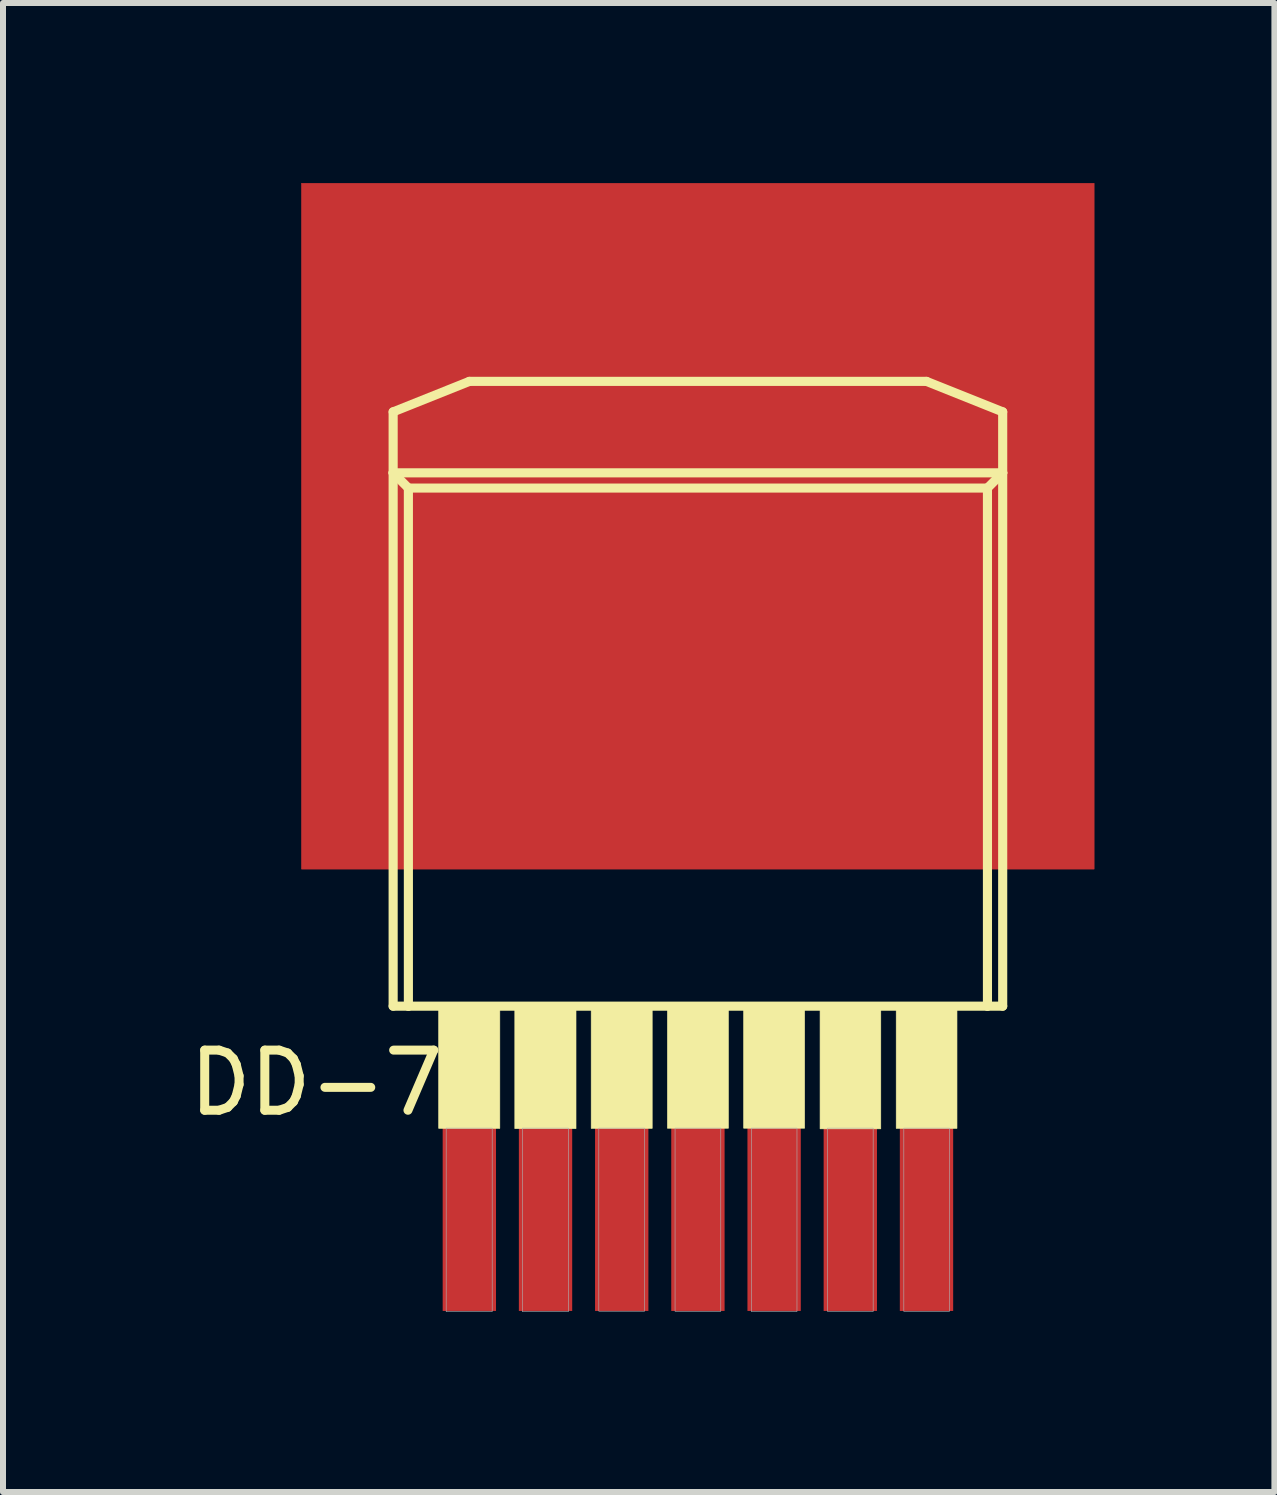
<source format=kicad_pcb>
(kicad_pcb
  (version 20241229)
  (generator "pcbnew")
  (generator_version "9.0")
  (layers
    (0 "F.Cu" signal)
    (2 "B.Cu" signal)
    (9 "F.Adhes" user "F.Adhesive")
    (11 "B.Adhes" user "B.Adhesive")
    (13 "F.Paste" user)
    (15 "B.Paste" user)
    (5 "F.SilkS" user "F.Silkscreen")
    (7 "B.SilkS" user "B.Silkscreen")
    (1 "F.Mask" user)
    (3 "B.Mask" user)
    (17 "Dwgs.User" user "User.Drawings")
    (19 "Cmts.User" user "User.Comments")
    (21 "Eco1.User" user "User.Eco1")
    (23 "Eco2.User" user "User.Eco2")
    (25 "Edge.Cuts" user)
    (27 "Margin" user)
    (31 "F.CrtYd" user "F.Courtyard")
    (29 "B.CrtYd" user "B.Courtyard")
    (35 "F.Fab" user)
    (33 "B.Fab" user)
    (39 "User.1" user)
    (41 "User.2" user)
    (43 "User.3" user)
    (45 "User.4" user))
  (footprint "DD-7"
    (layer "F.Cu")
    (at 8.583 9.276)
    (property "Reference" "DD-7" (at -6.36 5.724 180) (layer "F.SilkS") (effects (font (size 1.002 1.002) (thickness 0.15))))
    (attr through_hole)
    (fp_poly (pts (xy -6.607 -9.271) (xy 6.604 -9.271) (xy 6.604 2.16) (xy -6.607 2.16)) (stroke (width 0.01) (type solid)) (fill yes) (layer "F.Cu"))
    (fp_poly (pts (xy -5.72 -6.35) (xy 5.715 -6.35) (xy 5.715 2.542) (xy -5.72 2.542)) (stroke (width 0.01) (type solid)) (fill yes) (layer "F.Mask"))
    (fp_line (start -5.08 -5.461) (end -3.81 -5.969) (stroke (width 0.152) (type solid)) (layer "F.SilkS"))
    (fp_line (start -5.08 -4.445) (end -5.08 -5.461) (stroke (width 0.152) (type solid)) (layer "F.SilkS"))
    (fp_line (start -5.08 -4.445) (end 5.08 -4.445) (stroke (width 0.152) (type solid)) (layer "F.SilkS"))
    (fp_line (start -5.08 4.445) (end -5.08 -4.445) (stroke (width 0.152) (type solid)) (layer "F.SilkS"))
    (fp_line (start -4.826 -4.191) (end -5.08 -4.445) (stroke (width 0.152) (type solid)) (layer "F.SilkS"))
    (fp_line (start -4.826 -4.191) (end 4.826 -4.191) (stroke (width 0.152) (type solid)) (layer "F.SilkS"))
    (fp_line (start -4.826 4.445) (end -5.08 4.445) (stroke (width 0.152) (type solid)) (layer "F.SilkS"))
    (fp_line (start -4.826 4.445) (end -4.826 -4.191) (stroke (width 0.152) (type solid)) (layer "F.SilkS"))
    (fp_line (start -3.81 -5.969) (end 3.81 -5.969) (stroke (width 0.152) (type solid)) (layer "F.SilkS"))
    (fp_line (start 3.81 -5.969) (end 5.08 -5.461) (stroke (width 0.152) (type solid)) (layer "F.SilkS"))
    (fp_line (start 4.826 -4.191) (end 4.826 4.445) (stroke (width 0.152) (type solid)) (layer "F.SilkS"))
    (fp_line (start 4.826 -4.191) (end 5.08 -4.445) (stroke (width 0.152) (type solid)) (layer "F.SilkS"))
    (fp_line (start 4.826 4.445) (end -4.826 4.445) (stroke (width 0.152) (type solid)) (layer "F.SilkS"))
    (fp_line (start 5.08 -5.461) (end 5.08 -4.445) (stroke (width 0.152) (type solid)) (layer "F.SilkS"))
    (fp_line (start 5.08 -4.445) (end 5.08 4.445) (stroke (width 0.152) (type solid)) (layer "F.SilkS"))
    (fp_line (start 5.08 4.445) (end 4.826 4.445) (stroke (width 0.152) (type solid)) (layer "F.SilkS"))
    (fp_poly (pts (xy -4.321 4.445) (xy -3.302 4.445) (xy -3.302 6.482) (xy -4.321 6.482)) (stroke (width 0.01) (type solid)) (fill yes) (layer "F.SilkS"))
    (fp_poly (pts (xy -3.052 4.445) (xy -2.032 4.445) (xy -2.032 6.486) (xy -3.052 6.486)) (stroke (width 0.01) (type solid)) (fill yes) (layer "F.SilkS"))
    (fp_poly (pts (xy -1.779 4.445) (xy -0.762 4.445) (xy -0.762 6.482) (xy -1.779 6.482)) (stroke (width 0.01) (type solid)) (fill yes) (layer "F.SilkS"))
    (fp_poly (pts (xy -0.508 4.445) (xy 0.508 4.445) (xy 0.508 6.48) (xy -0.508 6.48)) (stroke (width 0.01) (type solid)) (fill yes) (layer "F.SilkS"))
    (fp_poly (pts (xy 0.762 4.445) (xy 1.778 4.445) (xy 1.778 6.479) (xy 0.762 6.479)) (stroke (width 0.01) (type solid)) (fill yes) (layer "F.SilkS"))
    (fp_poly (pts (xy 2.036 4.445) (xy 3.048 4.445) (xy 3.048 6.49) (xy 2.036 6.49)) (stroke (width 0.01) (type solid)) (fill yes) (layer "F.SilkS"))
    (fp_poly (pts (xy 3.305 4.445) (xy 4.318 4.445) (xy 4.318 6.482) (xy 3.305 6.482)) (stroke (width 0.01) (type solid)) (fill yes) (layer "F.SilkS"))
    (fp_poly (pts (xy -4.196 6.477) (xy -3.429 6.477) (xy -3.429 9.537) (xy -4.196 9.537)) (stroke (width 0.01) (type solid)) (fill no) (layer "F.Fab"))
    (fp_poly (pts (xy -2.925 6.477) (xy -2.159 6.477) (xy -2.159 9.538) (xy -2.925 9.538)) (stroke (width 0.01) (type solid)) (fill no) (layer "F.Fab"))
    (fp_poly (pts (xy -1.652 6.477) (xy -0.889 6.477) (xy -0.889 9.53) (xy -1.652 9.53)) (stroke (width 0.01) (type solid)) (fill no) (layer "F.Fab"))
    (fp_poly (pts (xy -0.381 6.477) (xy 0.381 6.477) (xy 0.381 9.532) (xy -0.381 9.532)) (stroke (width 0.01) (type solid)) (fill no) (layer "F.Fab"))
    (fp_poly (pts (xy 0.89 6.477) (xy 1.651 6.477) (xy 1.651 9.535) (xy 0.89 9.535)) (stroke (width 0.01) (type solid)) (fill no) (layer "F.Fab"))
    (fp_poly (pts (xy 2.161 6.477) (xy 2.921 6.477) (xy 2.921 9.535) (xy 2.161 9.535)) (stroke (width 0.01) (type solid)) (fill no) (layer "F.Fab"))
    (fp_poly (pts (xy 3.432 6.477) (xy 4.191 6.477) (xy 4.191 9.534) (xy 3.432 9.534)) (stroke (width 0.01) (type solid)) (fill no) (layer "F.Fab"))
    (pad "1" smd rect (at -3.81 6.985) (size 0.889 5.08) (layers "F.Cu" "F.Mask" "F.Paste"))
    (pad "2" smd rect (at -2.54 6.985) (size 0.889 5.08) (layers "F.Cu" "F.Mask" "F.Paste"))
    (pad "3" smd rect (at -1.27 6.985) (size 0.889 5.08) (layers "F.Cu" "F.Mask" "F.Paste"))
    (pad "4" smd rect (at 0 6.985) (size 0.889 5.08) (layers "F.Cu" "F.Mask" "F.Paste"))
    (pad "5" smd rect (at 1.27 6.985) (size 0.889 5.08) (layers "F.Cu" "F.Mask" "F.Paste"))
    (pad "6" smd rect (at 2.54 6.985) (size 0.889 5.08) (layers "F.Cu" "F.Mask" "F.Paste"))
    (pad "7" smd rect (at 3.81 6.985) (size 0.889 5.08) (layers "F.Cu" "F.Mask" "F.Paste")))
  (gr_rect
    (start -3 -3)
    (end 18.192 21.819)
    (stroke (width 0.1) (type default))
    (fill no)
    (layer "Edge.Cuts")))
</source>
